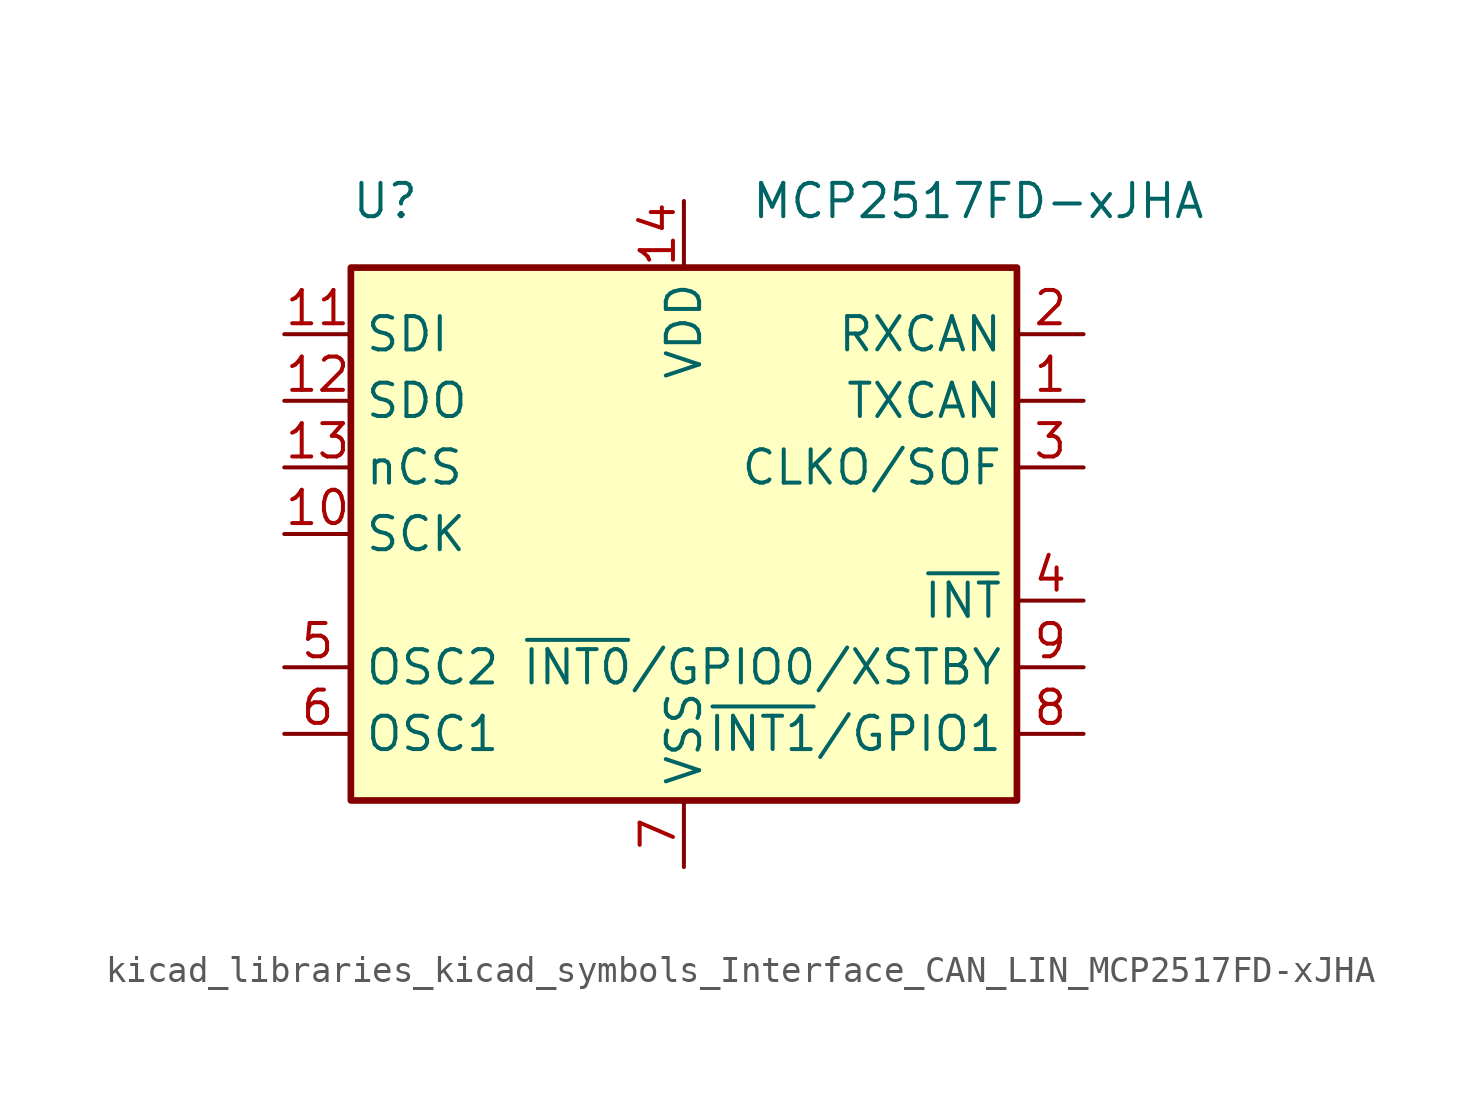
<source format=kicad_sym>
(kicad_symbol_lib
  (version 20220914)
  (generator kicad_symbol_editor)
  (symbol "kicad_libraries_kicad_symbols_Interface_CAN_LIN_MCP2517FD-xJHA"
    (property "Reference" "U"
      (at -12.7 12.7 0)
      (effects (font (size 1.27 1.27)) (justify left)))
    (property "Value" "MCP2517FD-xJHA"
      (at 2.54 12.7 0)
      (effects (font (size 1.27 1.27)) (justify left)))
    (symbol "kicad_libraries_kicad_symbols_Interface_CAN_LIN_MCP2517FD-xJHA_0_1"
      (rectangle (start -12.7 10.16) (end 12.7 -10.16) (stroke (width 0.254) (type default)) (fill (type background))))
    (symbol "kicad_libraries_kicad_symbols_Interface_CAN_LIN_MCP2517FD-xJHA_1_1"
      (pin output line (at 15.24 5.08 180) (length 2.54) (name "TXCAN" (effects (font (size 1.27 1.27)))) (number "1" (effects (font (size 1.27 1.27)))))
      (pin input line (at -15.24 0 0) (length 2.54) (name "SCK" (effects (font (size 1.27 1.27)))) (number "10" (effects (font (size 1.27 1.27)))))
      (pin input line (at -15.24 7.62 0) (length 2.54) (name "SDI" (effects (font (size 1.27 1.27)))) (number "11" (effects (font (size 1.27 1.27)))))
      (pin output line (at -15.24 5.08 0) (length 2.54) (name "SDO" (effects (font (size 1.27 1.27)))) (number "12" (effects (font (size 1.27 1.27)))))
      (pin input line (at -15.24 2.54 0) (length 2.54) (name "nCS" (effects (font (size 1.27 1.27)))) (number "13" (effects (font (size 1.27 1.27)))))
      (pin power_in line (at 0 12.7 270) (length 2.54) (name "VDD" (effects (font (size 1.27 1.27)))) (number "14" (effects (font (size 1.27 1.27)))))
      (pin passive line (at 0 -12.7 90) (length 2.54) hide (name "VSS" (effects (font (size 1.27 1.27)))) (number "15" (effects (font (size 1.27 1.27)))))
      (pin input line (at 15.24 7.62 180) (length 2.54) (name "RXCAN" (effects (font (size 1.27 1.27)))) (number "2" (effects (font (size 1.27 1.27)))))
      (pin output line (at 15.24 2.54 180) (length 2.54) (name "CLKO/SOF" (effects (font (size 1.27 1.27)))) (number "3" (effects (font (size 1.27 1.27)))))
      (pin output line (at 15.24 -2.54 180) (length 2.54) (name "~{INT}" (effects (font (size 1.27 1.27)))) (number "4" (effects (font (size 1.27 1.27)))))
      (pin output line (at -15.24 -5.08 0) (length 2.54) (name "OSC2" (effects (font (size 1.27 1.27)))) (number "5" (effects (font (size 1.27 1.27)))))
      (pin input line (at -15.24 -7.62 0) (length 2.54) (name "OSC1" (effects (font (size 1.27 1.27)))) (number "6" (effects (font (size 1.27 1.27)))))
      (pin power_in line (at 0 -12.7 90) (length 2.54) (name "VSS" (effects (font (size 1.27 1.27)))) (number "7" (effects (font (size 1.27 1.27)))))
      (pin bidirectional line (at 15.24 -7.62 180) (length 2.54) (name "~{INT1}/GPIO1" (effects (font (size 1.27 1.27)))) (number "8" (effects (font (size 1.27 1.27)))))
      (pin bidirectional line (at 15.24 -5.08 180) (length 2.54) (name "~{INT0}/GPIO0/XSTBY" (effects (font (size 1.27 1.27)))) (number "9" (effects (font (size 1.27 1.27))))))))
</source>
